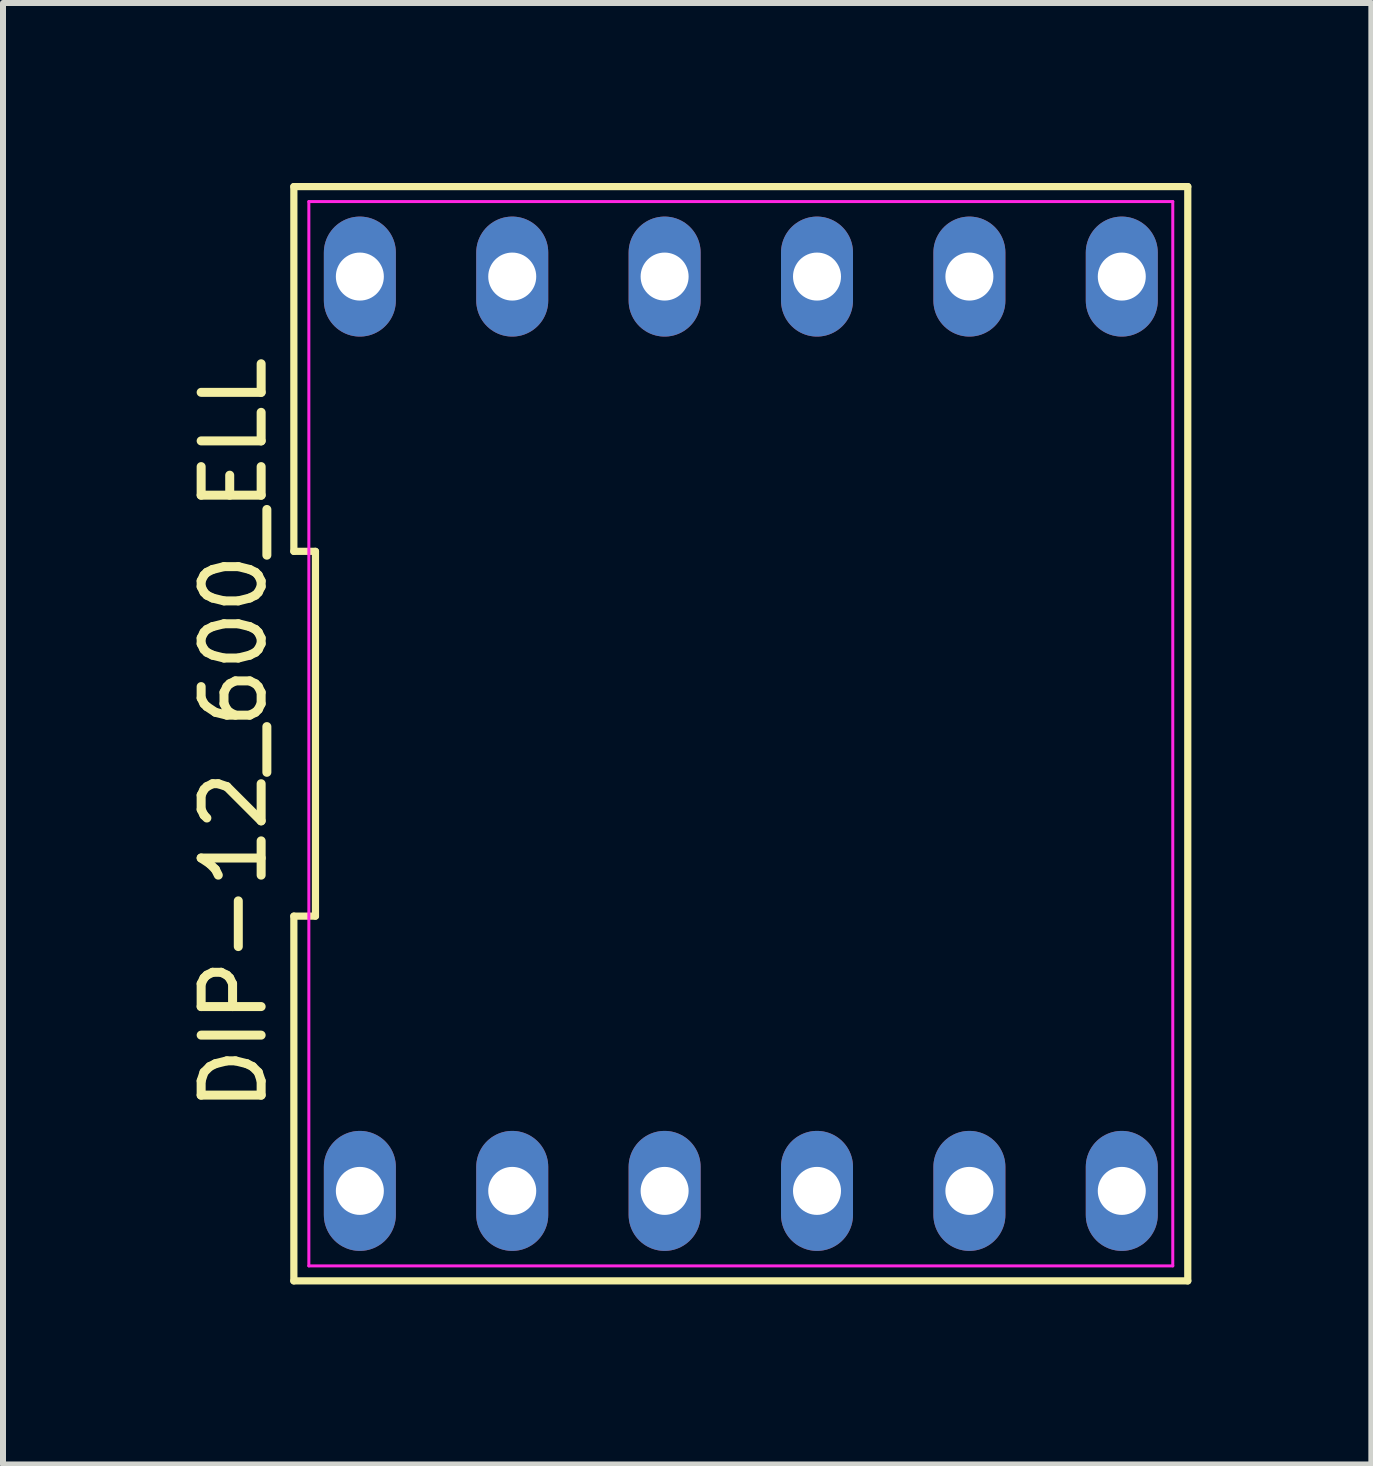
<source format=kicad_pcb>
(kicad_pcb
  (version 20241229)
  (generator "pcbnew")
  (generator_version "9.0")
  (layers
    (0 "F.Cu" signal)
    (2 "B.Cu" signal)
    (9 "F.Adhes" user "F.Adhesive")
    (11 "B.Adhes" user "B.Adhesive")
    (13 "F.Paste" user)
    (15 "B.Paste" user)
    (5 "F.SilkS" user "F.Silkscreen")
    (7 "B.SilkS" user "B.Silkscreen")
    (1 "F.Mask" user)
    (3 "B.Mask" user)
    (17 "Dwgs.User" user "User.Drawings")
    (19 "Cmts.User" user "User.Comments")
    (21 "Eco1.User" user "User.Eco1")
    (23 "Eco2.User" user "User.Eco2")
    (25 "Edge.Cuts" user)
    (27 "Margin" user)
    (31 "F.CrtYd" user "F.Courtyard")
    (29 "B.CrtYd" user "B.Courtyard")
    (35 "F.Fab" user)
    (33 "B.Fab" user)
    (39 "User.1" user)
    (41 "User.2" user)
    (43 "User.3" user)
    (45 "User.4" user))
  (footprint "DIP-12_600_ELL"
    (layer "F.Cu")
    (at 9.298 9.18)
    (property "Reference" "DIP-12_600_ELL" (at -8.45 0 90) (layer "F.SilkS") (effects (font (size 1 1) (thickness 0.15))))
    (fp_line (start -7.45 -3.04) (end -7.09 -3.04) (stroke (width 0.12) (type default)) (layer "F.SilkS"))
    (fp_line (start -7.45 3.04) (end -7.45 9.12) (stroke (width 0.12) (type default)) (layer "F.SilkS"))
    (fp_line (start -7.45 9.12) (end 7.45 9.12) (stroke (width 0.12) (type default)) (layer "F.SilkS"))
    (fp_line (start -7.45 -9.12) (end -7.45 -3.04) (stroke (width 0.12) (type default)) (layer "F.SilkS"))
    (fp_line (start -7.09 -3.04) (end -7.09 3.04) (stroke (width 0.12) (type default)) (layer "F.SilkS"))
    (fp_line (start -7.09 3.04) (end -7.45 3.04) (stroke (width 0.12) (type default)) (layer "F.SilkS"))
    (fp_line (start 7.45 9.12) (end 7.45 -9.12) (stroke (width 0.12) (type default)) (layer "F.SilkS"))
    (fp_line (start 7.45 -9.12) (end -7.45 -9.12) (stroke (width 0.12) (type default)) (layer "F.SilkS"))
    (fp_line (start -7.2 -8.87) (end 7.2 -8.87) (stroke (width 0.05) (type default)) (layer "F.CrtYd"))
    (fp_line (start -7.2 8.87) (end -7.2 -8.87) (stroke (width 0.05) (type default)) (layer "F.CrtYd"))
    (fp_line (start 7.2 -8.87) (end 7.2 8.87) (stroke (width 0.05) (type default)) (layer "F.CrtYd"))
    (fp_line (start 7.2 8.87) (end -7.2 8.87) (stroke (width 0.05) (type default)) (layer "F.CrtYd"))
    (pad "1" thru_hole oval (at -6.35 7.62) (size 1.2 2) (drill 0.8) (layers "*.Cu" "*.Mask"))
    (pad "2" thru_hole oval (at -3.81 7.62) (size 1.2 2) (drill 0.8) (layers "*.Cu" "*.Mask"))
    (pad "3" thru_hole oval (at -1.27 7.62) (size 1.2 2) (drill 0.8) (layers "*.Cu" "*.Mask"))
    (pad "4" thru_hole oval (at 1.27 7.62) (size 1.2 2) (drill 0.8) (layers "*.Cu" "*.Mask"))
    (pad "5" thru_hole oval (at 3.81 7.62) (size 1.2 2) (drill 0.8) (layers "*.Cu" "*.Mask"))
    (pad "6" thru_hole oval (at 6.35 7.62) (size 1.2 2) (drill 0.8) (layers "*.Cu" "*.Mask"))
    (pad "7" thru_hole oval (at 6.35 -7.62) (size 1.2 2) (drill 0.8) (layers "*.Cu" "*.Mask"))
    (pad "8" thru_hole oval (at 3.81 -7.62) (size 1.2 2) (drill 0.8) (layers "*.Cu" "*.Mask"))
    (pad "9" thru_hole oval (at 1.27 -7.62) (size 1.2 2) (drill 0.8) (layers "*.Cu" "*.Mask"))
    (pad "10" thru_hole oval (at -1.27 -7.62) (size 1.2 2) (drill 0.8) (layers "*.Cu" "*.Mask"))
    (pad "11" thru_hole oval (at -3.81 -7.62) (size 1.2 2) (drill 0.8) (layers "*.Cu" "*.Mask"))
    (pad "12" thru_hole oval (at -6.35 -7.62) (size 1.2 2) (drill 0.8) (layers "*.Cu" "*.Mask")))
  (gr_rect
    (start -3 -3)
    (end 19.808 21.36)
    (stroke (width 0.1) (type default))
    (fill no)
    (layer "Edge.Cuts")))
</source>
